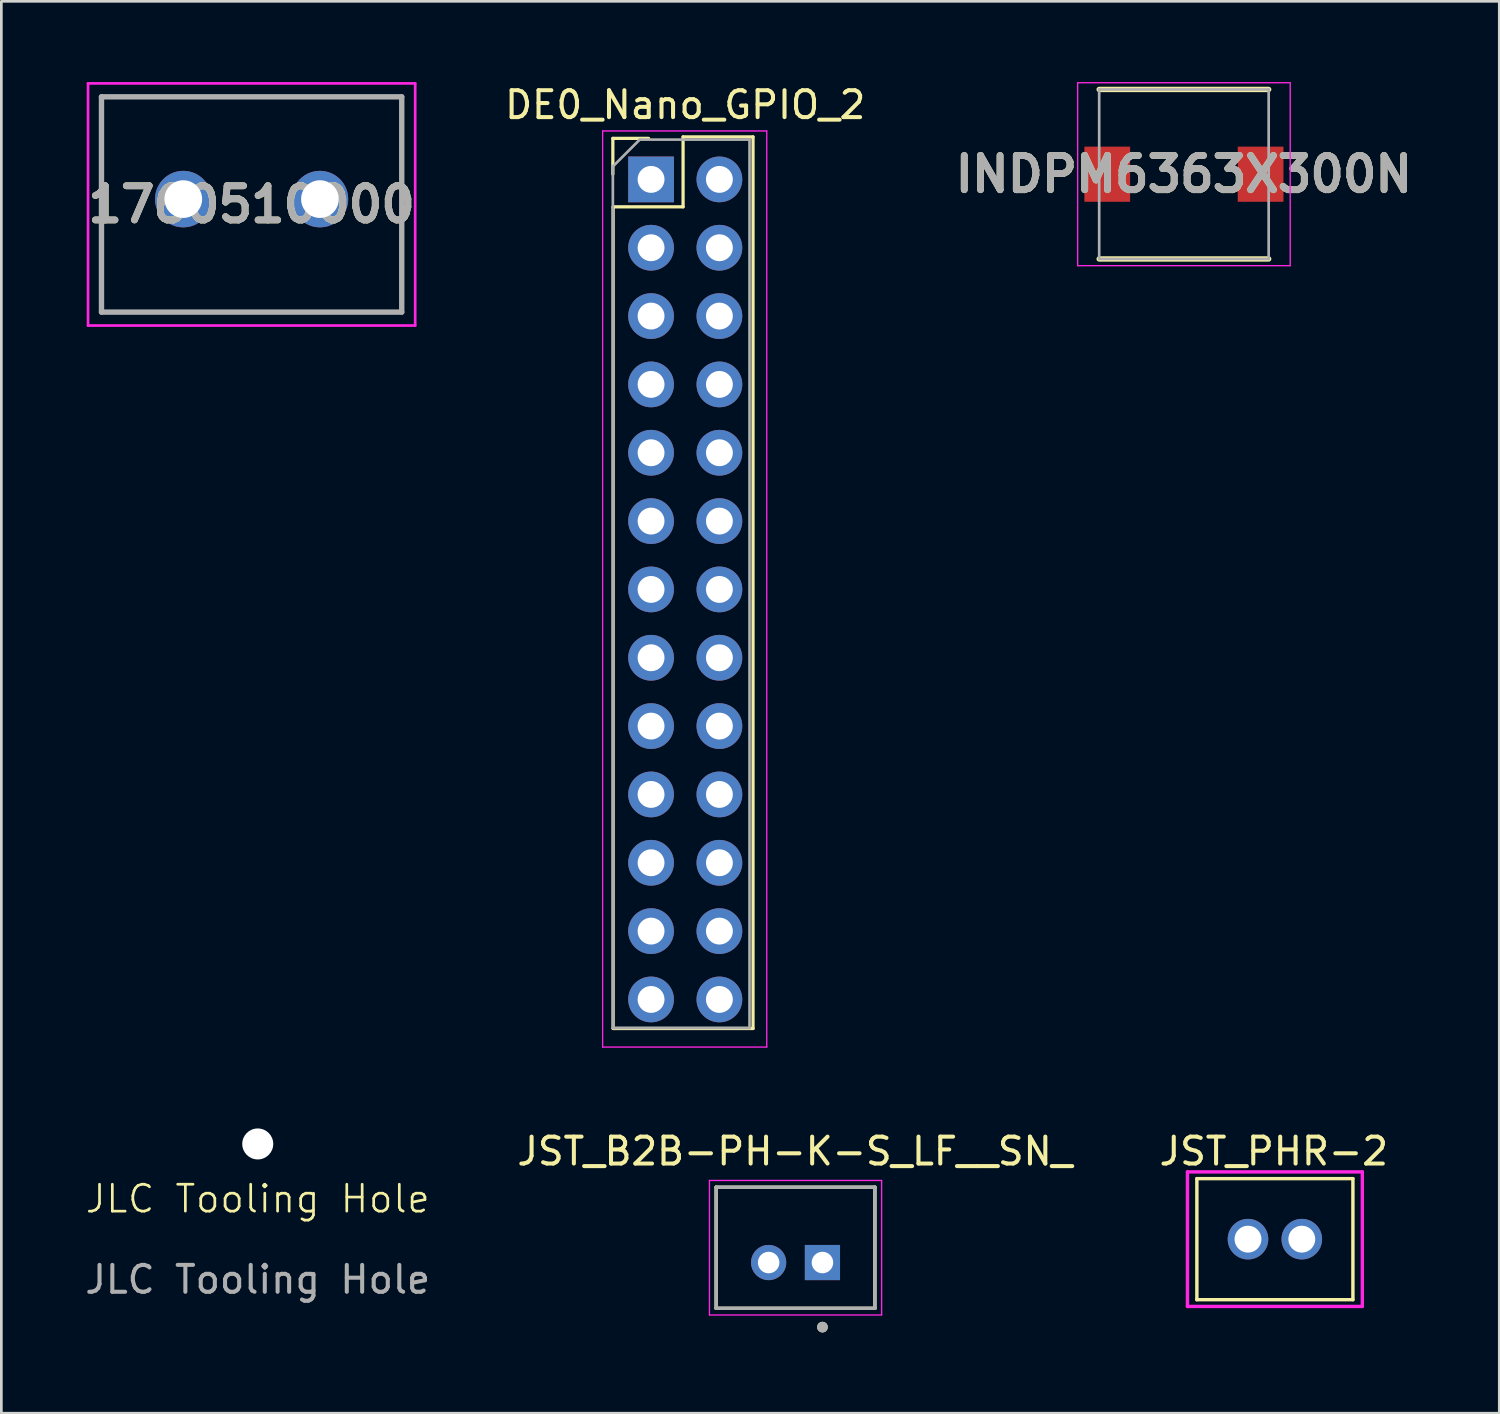
<source format=kicad_pcb>
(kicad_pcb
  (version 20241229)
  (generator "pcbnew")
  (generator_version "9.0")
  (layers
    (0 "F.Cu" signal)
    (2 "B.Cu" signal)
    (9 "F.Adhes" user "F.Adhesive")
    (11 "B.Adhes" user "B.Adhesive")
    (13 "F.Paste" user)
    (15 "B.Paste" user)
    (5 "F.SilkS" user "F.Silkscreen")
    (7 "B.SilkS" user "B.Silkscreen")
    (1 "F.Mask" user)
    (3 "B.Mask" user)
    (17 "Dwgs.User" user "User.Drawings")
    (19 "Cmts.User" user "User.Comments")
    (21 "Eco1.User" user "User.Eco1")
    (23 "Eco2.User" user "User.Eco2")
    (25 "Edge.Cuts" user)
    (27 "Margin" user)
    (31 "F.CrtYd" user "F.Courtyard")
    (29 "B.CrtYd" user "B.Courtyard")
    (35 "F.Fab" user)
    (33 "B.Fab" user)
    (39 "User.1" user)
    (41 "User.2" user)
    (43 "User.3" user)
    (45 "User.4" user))
  (footprint "JLC Tooling Hole"
    (layer "F.Cu")
    (at 6.53 42.009)
    (property "Reference" "JLC Tooling Hole" (at 0 -0.5 0) (unlocked yes) (layer "F.SilkS") (effects (font (size 1 1) (thickness 0.1))))
    (attr through_hole exclude_from_bom allow_missing_courtyard)
    (fp_text user "${REFERENCE}" (at 0 2.5 0) (unlocked yes) (layer "F.Fab") (effects (font (size 1 1) (thickness 0.15))))
    (pad "" np_thru_hole circle (at 0 -2.54) (size 1.152 1.152) (drill 1.152) (layers "*.Cu" "*.Mask")))
  (footprint "1760510000"
    (layer "F.Cu")
    (at 3.762 4.35)
    (property "Reference" "1760510000" (at 2.54 0.2 0) (layer "F.SilkS") (effects (font (size 1.27 1.27) (thickness 0.254))))
    (attr through_hole)
    (fp_line (start -3.04 -3.8) (end 8.12 -3.8) (stroke (width 0.1) (type solid)) (layer "F.SilkS"))
    (fp_line (start -3.04 4.2) (end -3.04 -3.8) (stroke (width 0.1) (type solid)) (layer "F.SilkS"))
    (fp_line (start 8.12 -3.8) (end 8.12 4.2) (stroke (width 0.1) (type solid)) (layer "F.SilkS"))
    (fp_line (start 8.12 4.2) (end -3.04 4.2) (stroke (width 0.1) (type solid)) (layer "F.SilkS"))
    (fp_line (start -3.54 -4.3) (end 8.62 -4.3) (stroke (width 0.1) (type solid)) (layer "F.CrtYd"))
    (fp_line (start -3.54 4.7) (end -3.54 -4.3) (stroke (width 0.1) (type solid)) (layer "F.CrtYd"))
    (fp_line (start 8.62 -4.3) (end 8.62 4.7) (stroke (width 0.1) (type solid)) (layer "F.CrtYd"))
    (fp_line (start 8.62 4.7) (end -3.54 4.7) (stroke (width 0.1) (type solid)) (layer "F.CrtYd"))
    (fp_line (start -3.04 -3.8) (end 8.12 -3.8) (stroke (width 0.2) (type solid)) (layer "F.Fab"))
    (fp_line (start -3.04 4.2) (end -3.04 -3.8) (stroke (width 0.2) (type solid)) (layer "F.Fab"))
    (fp_line (start 8.12 -3.8) (end 8.12 4.2) (stroke (width 0.2) (type solid)) (layer "F.Fab"))
    (fp_line (start 8.12 4.2) (end -3.04 4.2) (stroke (width 0.2) (type solid)) (layer "F.Fab"))
    (fp_text user "${REFERENCE}" (at 2.54 0.2 0) (layer "F.Fab") (effects (font (size 1.27 1.27) (thickness 0.254))))
    (pad "1" thru_hole circle (at 0 0) (size 2.1 2.1) (drill 1.4) (layers "*.Cu" "*.Mask"))
    (pad "2" thru_hole circle (at 5.08 0) (size 2.1 2.1) (drill 1.4) (layers "*.Cu" "*.Mask")))
  (footprint "INDPM6363X300N"
    (layer "F.Cu")
    (at 40.955 3.425)
    (property "Reference" "INDPM6363X300N" (at 0 0 0) (layer "F.SilkS") (effects (font (size 1.27 1.27) (thickness 0.254))))
    (attr smd)
    (fp_line (start -3.15 3.15) (end 3.15 3.15) (stroke (width 0.2) (type solid)) (layer "F.SilkS"))
    (fp_line (start 3.15 -3.15) (end -3.15 -3.15) (stroke (width 0.2) (type solid)) (layer "F.SilkS"))
    (fp_line (start -3.95 -3.4) (end 3.95 -3.4) (stroke (width 0.05) (type solid)) (layer "F.CrtYd"))
    (fp_line (start -3.95 3.4) (end -3.95 -3.4) (stroke (width 0.05) (type solid)) (layer "F.CrtYd"))
    (fp_line (start 3.95 -3.4) (end 3.95 3.4) (stroke (width 0.05) (type solid)) (layer "F.CrtYd"))
    (fp_line (start 3.95 3.4) (end -3.95 3.4) (stroke (width 0.05) (type solid)) (layer "F.CrtYd"))
    (fp_line (start -3.15 -3.15) (end 3.15 -3.15) (stroke (width 0.1) (type solid)) (layer "F.Fab"))
    (fp_line (start -3.15 3.15) (end -3.15 -3.15) (stroke (width 0.1) (type solid)) (layer "F.Fab"))
    (fp_line (start 3.15 -3.15) (end 3.15 3.15) (stroke (width 0.1) (type solid)) (layer "F.Fab"))
    (fp_line (start 3.15 3.15) (end -3.15 3.15) (stroke (width 0.1) (type solid)) (layer "F.Fab"))
    (fp_text user "${REFERENCE}" (at 0 0 0) (layer "F.Fab") (effects (font (size 1.27 1.27) (thickness 0.254))))
    (pad "1" smd rect (at -2.85 0) (size 1.7 2.05) (layers "F.Cu" "F.Mask" "F.Paste"))
    (pad "2" smd rect (at 2.85 0) (size 1.7 2.05) (layers "F.Cu" "F.Mask" "F.Paste")))
  (footprint "JST_PHR-2"
    (layer "F.Cu")
    (at 44.336 43.008)
    (property "Reference" "JST_PHR-2" (at -0.041 -3.266 0) (layer "F.SilkS") (effects (font (size 1.001 1.001) (thickness 0.15))))
    (attr through_hole exclude_from_bom)
    (fp_line (start -2.9 -2.25) (end 2.9 -2.25) (stroke (width 0.127) (type solid)) (layer "F.SilkS"))
    (fp_line (start -2.9 2.25) (end -2.9 -2.25) (stroke (width 0.127) (type solid)) (layer "F.SilkS"))
    (fp_line (start 2.9 -2.25) (end 2.9 2.25) (stroke (width 0.127) (type solid)) (layer "F.SilkS"))
    (fp_line (start 2.9 2.25) (end -2.9 2.25) (stroke (width 0.127) (type solid)) (layer "F.SilkS"))
    (fp_line (start -3.25 -2.5) (end 3.25 -2.5) (stroke (width 0.127) (type solid)) (layer "F.CrtYd"))
    (fp_line (start -3.25 2.5) (end -3.25 -2.5) (stroke (width 0.127) (type solid)) (layer "F.CrtYd"))
    (fp_line (start 3.25 -2.5) (end 3.25 2.5) (stroke (width 0.127) (type solid)) (layer "F.CrtYd"))
    (fp_line (start 3.25 2.5) (end -3.25 2.5) (stroke (width 0.127) (type solid)) (layer "F.CrtYd"))
    (pad "1" thru_hole circle (at -1 0) (size 1.508 1.508) (drill 1) (layers "*.Cu" "*.Mask"))
    (pad "2" thru_hole circle (at 1 0) (size 1.508 1.508) (drill 1) (layers "*.Cu" "*.Mask")))
  (footprint "DE0_Nano_GPIO_2"
    (layer "F.Cu")
    (at 23.689 3.618)
    (property "Reference" "DE0_Nano_GPIO_2" (at -1.27 -2.77 180) (layer "F.SilkS") (effects (font (size 1 1) (thickness 0.15))))
    (attr through_hole exclude_from_bom)
    (fp_line (start -3.96 -1.525) (end -3.96 -0.195) (stroke (width 0.12) (type solid)) (layer "F.SilkS"))
    (fp_line (start -3.95 1.02) (end -3.95 31.56) (stroke (width 0.12) (type solid)) (layer "F.SilkS"))
    (fp_line (start -2.63 -1.525) (end -3.96 -1.525) (stroke (width 0.12) (type solid)) (layer "F.SilkS"))
    (fp_line (start -1.35 -1.58) (end -1.35 1.02) (stroke (width 0.12) (type solid)) (layer "F.SilkS"))
    (fp_line (start -1.35 1.02) (end -3.95 1.02) (stroke (width 0.12) (type solid)) (layer "F.SilkS"))
    (fp_line (start 1.25 -1.58) (end -1.35 -1.58) (stroke (width 0.12) (type solid)) (layer "F.SilkS"))
    (fp_line (start 1.25 -1.58) (end 1.25 31.56) (stroke (width 0.12) (type solid)) (layer "F.SilkS"))
    (fp_line (start 1.25 31.56) (end -3.95 31.56) (stroke (width 0.12) (type solid)) (layer "F.SilkS"))
    (fp_line (start -4.34 -1.8) (end 1.76 -1.8) (stroke (width 0.05) (type solid)) (layer "F.CrtYd"))
    (fp_line (start -4.34 32.25) (end -4.34 -1.8) (stroke (width 0.05) (type solid)) (layer "F.CrtYd"))
    (fp_line (start 1.76 -1.8) (end 1.76 32.25) (stroke (width 0.05) (type solid)) (layer "F.CrtYd"))
    (fp_line (start 1.76 32.25) (end -4.34 32.25) (stroke (width 0.05) (type solid)) (layer "F.CrtYd"))
    (fp_line (start -3.96 -0.48) (end -3.96 31.54) (stroke (width 0.1) (type solid)) (layer "F.Fab"))
    (fp_line (start -3.96 31.54) (end 1.12 31.54) (stroke (width 0.1) (type solid)) (layer "F.Fab"))
    (fp_line (start -2.96 -1.48) (end -3.96 -0.48) (stroke (width 0.1) (type solid)) (layer "F.Fab"))
    (fp_line (start 1.12 -1.48) (end -2.96 -1.48) (stroke (width 0.1) (type solid)) (layer "F.Fab"))
    (fp_line (start 1.12 31.54) (end 1.12 -1.48) (stroke (width 0.1) (type solid)) (layer "F.Fab"))
    (pad "1" thru_hole rect (at -2.54 0) (size 1.7 1.7) (drill 1) (layers "*.Cu" "*.Mask"))
    (pad "2" thru_hole oval (at 0 0) (size 1.7 1.7) (drill 1) (layers "*.Cu" "*.Mask"))
    (pad "3" thru_hole oval (at -2.54 2.54) (size 1.7 1.7) (drill 1) (layers "*.Cu" "*.Mask"))
    (pad "4" thru_hole oval (at 0 2.54) (size 1.7 1.7) (drill 1) (layers "*.Cu" "*.Mask"))
    (pad "5" thru_hole oval (at -2.54 5.08) (size 1.7 1.7) (drill 1) (layers "*.Cu" "*.Mask"))
    (pad "6" thru_hole oval (at 0 5.08) (size 1.7 1.7) (drill 1) (layers "*.Cu" "*.Mask"))
    (pad "7" thru_hole oval (at -2.54 7.62) (size 1.7 1.7) (drill 1) (layers "*.Cu" "*.Mask"))
    (pad "8" thru_hole oval (at 0 7.62) (size 1.7 1.7) (drill 1) (layers "*.Cu" "*.Mask"))
    (pad "9" thru_hole oval (at -2.54 10.16) (size 1.7 1.7) (drill 1) (layers "*.Cu" "*.Mask"))
    (pad "10" thru_hole oval (at 0 10.16) (size 1.7 1.7) (drill 1) (layers "*.Cu" "*.Mask"))
    (pad "11" thru_hole oval (at -2.54 12.7) (size 1.7 1.7) (drill 1) (layers "*.Cu" "*.Mask"))
    (pad "12" thru_hole oval (at 0 12.7) (size 1.7 1.7) (drill 1) (layers "*.Cu" "*.Mask"))
    (pad "13" thru_hole oval (at -2.54 15.24) (size 1.7 1.7) (drill 1) (layers "*.Cu" "*.Mask"))
    (pad "14" thru_hole oval (at 0 15.24) (size 1.7 1.7) (drill 1) (layers "*.Cu" "*.Mask"))
    (pad "15" thru_hole oval (at -2.54 17.78) (size 1.7 1.7) (drill 1) (layers "*.Cu" "*.Mask"))
    (pad "16" thru_hole oval (at 0 17.78) (size 1.7 1.7) (drill 1) (layers "*.Cu" "*.Mask"))
    (pad "17" thru_hole oval (at -2.54 20.32) (size 1.7 1.7) (drill 1) (layers "*.Cu" "*.Mask"))
    (pad "18" thru_hole oval (at 0 20.32) (size 1.7 1.7) (drill 1) (layers "*.Cu" "*.Mask"))
    (pad "19" thru_hole oval (at -2.54 22.86) (size 1.7 1.7) (drill 1) (layers "*.Cu" "*.Mask"))
    (pad "20" thru_hole oval (at 0 22.86) (size 1.7 1.7) (drill 1) (layers "*.Cu" "*.Mask"))
    (pad "21" thru_hole oval (at -2.54 25.4) (size 1.7 1.7) (drill 1) (layers "*.Cu" "*.Mask"))
    (pad "22" thru_hole oval (at 0 25.4) (size 1.7 1.7) (drill 1) (layers "*.Cu" "*.Mask"))
    (pad "23" thru_hole oval (at -2.54 27.94) (size 1.7 1.7) (drill 1) (layers "*.Cu" "*.Mask"))
    (pad "24" thru_hole oval (at 0 27.94) (size 1.7 1.7) (drill 1) (layers "*.Cu" "*.Mask"))
    (pad "25" thru_hole oval (at -2.54 30.48) (size 1.7 1.7) (drill 1) (layers "*.Cu" "*.Mask"))
    (pad "26" thru_hole oval (at 0 30.48) (size 1.7 1.7) (drill 1) (layers "*.Cu" "*.Mask")))
  (footprint "JST_B2B-PH-K-S_LF__SN_"
    (layer "F.Cu")
    (at 26.519 43.327)
    (property "Reference" "JST_B2B-PH-K-S_LF__SN_" (at -0.025 -3.585 0) (layer "F.SilkS") (effects (font (size 1 1) (thickness 0.15))))
    (attr through_hole)
    (fp_line (start -2.95 -2.25) (end 2.95 -2.25) (stroke (width 0.127) (type solid)) (layer "F.SilkS"))
    (fp_line (start -2.95 2.25) (end -2.95 -2.25) (stroke (width 0.127) (type solid)) (layer "F.SilkS"))
    (fp_line (start 2.95 -2.25) (end 2.95 2.25) (stroke (width 0.127) (type solid)) (layer "F.SilkS"))
    (fp_line (start 2.95 2.25) (end -2.95 2.25) (stroke (width 0.127) (type solid)) (layer "F.SilkS"))
    (fp_circle (center 1 2.95) (end 1.1 2.95) (stroke (width 0.2) (type solid)) (fill no) (layer "F.SilkS"))
    (fp_line (start -3.2 -2.5) (end 3.2 -2.5) (stroke (width 0.05) (type solid)) (layer "F.CrtYd"))
    (fp_line (start -3.2 2.5) (end -3.2 -2.5) (stroke (width 0.05) (type solid)) (layer "F.CrtYd"))
    (fp_line (start 3.2 -2.5) (end 3.2 2.5) (stroke (width 0.05) (type solid)) (layer "F.CrtYd"))
    (fp_line (start 3.2 2.5) (end -3.2 2.5) (stroke (width 0.05) (type solid)) (layer "F.CrtYd"))
    (fp_line (start -2.95 -2.25) (end 2.95 -2.25) (stroke (width 0.127) (type solid)) (layer "F.Fab"))
    (fp_line (start -2.95 2.25) (end -2.95 -2.25) (stroke (width 0.127) (type solid)) (layer "F.Fab"))
    (fp_line (start 2.95 -2.25) (end 2.95 2.25) (stroke (width 0.127) (type solid)) (layer "F.Fab"))
    (fp_line (start 2.95 2.25) (end -2.95 2.25) (stroke (width 0.127) (type solid)) (layer "F.Fab"))
    (fp_circle (center 1 2.95) (end 1.1 2.95) (stroke (width 0.2) (type solid)) (fill no) (layer "F.Fab"))
    (pad "1" thru_hole rect (at 1 0.55) (size 1.308 1.308) (drill 0.8) (layers "*.Cu" "*.Mask"))
    (pad "2" thru_hole circle (at -1 0.55) (size 1.308 1.308) (drill 0.8) (layers "*.Cu" "*.Mask")))
  (gr_rect
    (start -3 -3)
    (end 52.676 49.477)
    (stroke (width 0.1) (type default))
    (fill no)
    (layer "Edge.Cuts")))
</source>
